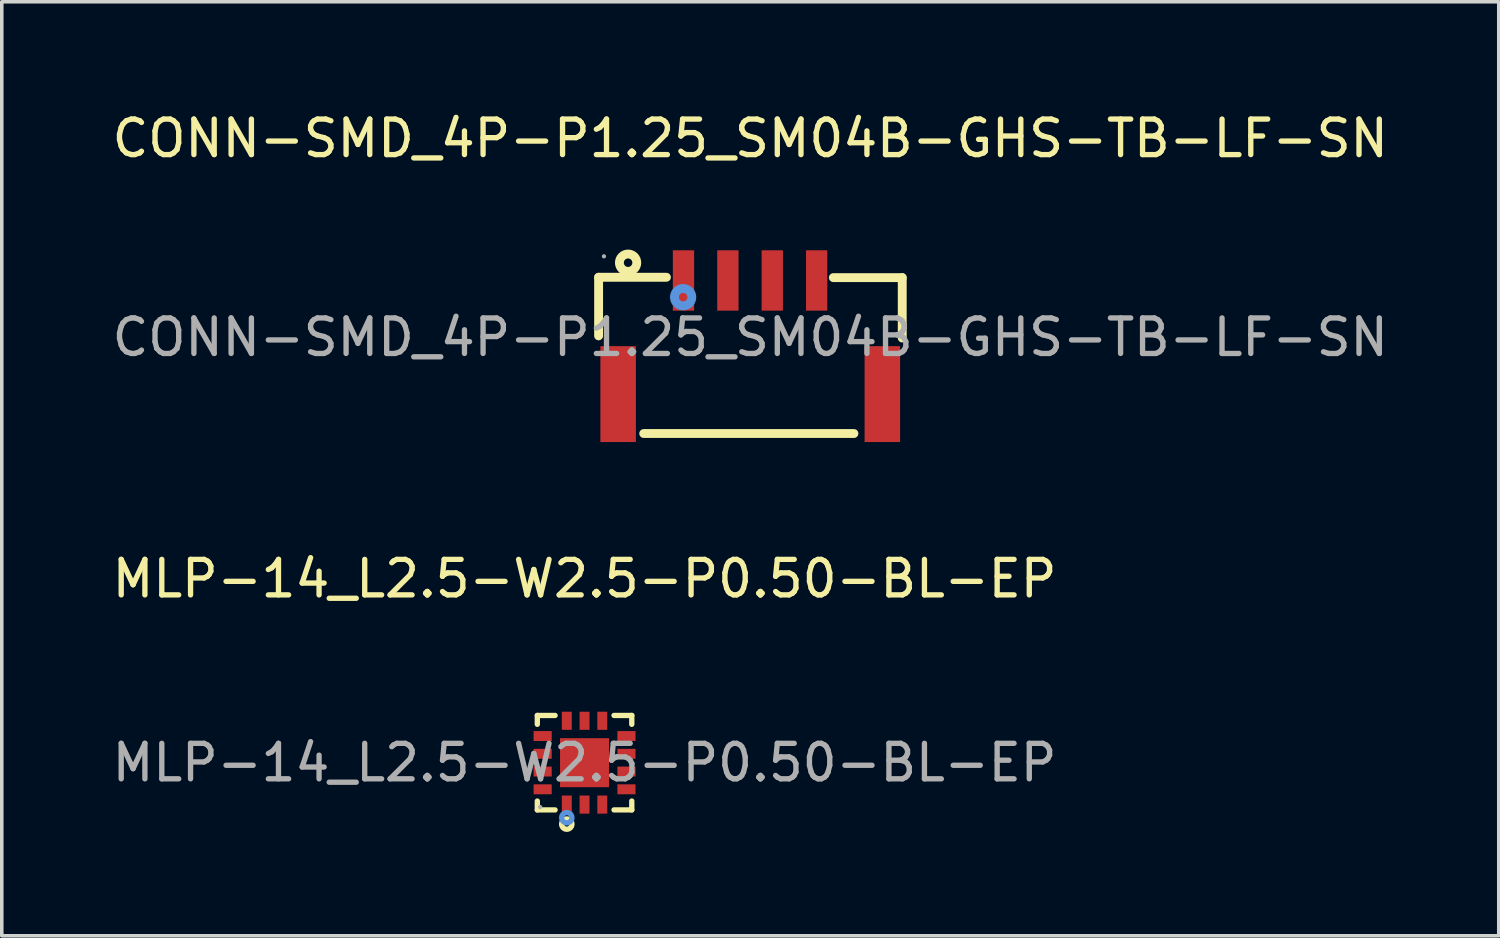
<source format=kicad_pcb>
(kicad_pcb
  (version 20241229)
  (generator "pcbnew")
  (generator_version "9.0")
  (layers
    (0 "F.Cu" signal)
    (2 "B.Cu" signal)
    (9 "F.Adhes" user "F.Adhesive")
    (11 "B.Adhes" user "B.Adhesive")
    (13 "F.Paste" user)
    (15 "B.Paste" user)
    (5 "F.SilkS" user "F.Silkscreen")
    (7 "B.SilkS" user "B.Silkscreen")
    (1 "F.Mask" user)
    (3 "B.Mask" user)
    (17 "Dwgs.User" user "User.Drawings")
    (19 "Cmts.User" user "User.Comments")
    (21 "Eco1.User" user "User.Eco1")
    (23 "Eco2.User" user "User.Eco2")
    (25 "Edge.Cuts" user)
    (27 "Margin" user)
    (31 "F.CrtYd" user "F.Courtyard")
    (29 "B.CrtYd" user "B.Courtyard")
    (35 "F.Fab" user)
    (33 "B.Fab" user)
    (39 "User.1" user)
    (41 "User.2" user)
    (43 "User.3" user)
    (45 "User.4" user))
  (footprint "MLP-14_L2.5-W2.5-P0.50-BL-EP"
    (layer "F.Cu")
    (at 13.411 18.427)
    (property "Reference" "MLP-14_L2.5-W2.5-P0.50-BL-EP" (at 0 -5.18 0) (layer "F.SilkS") (effects (font (size 1 1) (thickness 0.15))))
    (attr smd)
    (fp_line (start -1.33 -1.33) (end -0.83 -1.33) (stroke (width 0.15) (type solid)) (layer "F.SilkS"))
    (fp_line (start -1.33 -1.08) (end -1.33 -1.33) (stroke (width 0.15) (type solid)) (layer "F.SilkS"))
    (fp_line (start -1.33 1.08) (end -1.33 1.33) (stroke (width 0.15) (type solid)) (layer "F.SilkS"))
    (fp_line (start -1.33 1.33) (end -0.83 1.33) (stroke (width 0.15) (type solid)) (layer "F.SilkS"))
    (fp_line (start 1.33 -1.33) (end 0.83 -1.33) (stroke (width 0.15) (type solid)) (layer "F.SilkS"))
    (fp_line (start 1.33 -1.08) (end 1.33 -1.33) (stroke (width 0.15) (type solid)) (layer "F.SilkS"))
    (fp_line (start 1.33 1.08) (end 1.33 1.33) (stroke (width 0.15) (type solid)) (layer "F.SilkS"))
    (fp_line (start 1.33 1.33) (end 0.83 1.33) (stroke (width 0.15) (type solid)) (layer "F.SilkS"))
    (fp_circle (center -0.5 1.73) (end -0.43 1.73) (stroke (width 0.15) (type solid)) (fill no) (layer "F.SilkS"))
    (fp_circle (center -0.5 1.55) (end -0.43 1.55) (stroke (width 0.15) (type solid)) (fill no) (layer "Cmts.User"))
    (fp_circle (center -1.25 1.25) (end -1.22 1.25) (stroke (width 0.06) (type solid)) (fill no) (layer "F.Fab"))
    (fp_text user "${REFERENCE}" (at 0 0 0) (layer "F.Fab") (effects (font (size 1 1) (thickness 0.15))))
    (pad "1" smd rect (at -0.5 1.18) (size 0.28 0.51) (layers "F.Cu" "F.Mask" "F.Paste"))
    (pad "2" smd rect (at 0 1.18) (size 0.28 0.51) (layers "F.Cu" "F.Mask" "F.Paste"))
    (pad "3" smd rect (at 0.5 1.18) (size 0.28 0.51) (layers "F.Cu" "F.Mask" "F.Paste"))
    (pad "4" smd rect (at 1.18 0.75) (size 0.51 0.28) (layers "F.Cu" "F.Mask" "F.Paste"))
    (pad "5" smd rect (at 1.18 0.25) (size 0.51 0.28) (layers "F.Cu" "F.Mask" "F.Paste"))
    (pad "6" smd rect (at 1.18 -0.25) (size 0.51 0.28) (layers "F.Cu" "F.Mask" "F.Paste"))
    (pad "7" smd rect (at 1.18 -0.75) (size 0.51 0.28) (layers "F.Cu" "F.Mask" "F.Paste"))
    (pad "8" smd rect (at 0.5 -1.18) (size 0.28 0.51) (layers "F.Cu" "F.Mask" "F.Paste"))
    (pad "9" smd rect (at 0 -1.18) (size 0.28 0.51) (layers "F.Cu" "F.Mask" "F.Paste"))
    (pad "10" smd rect (at -0.5 -1.18) (size 0.28 0.51) (layers "F.Cu" "F.Mask" "F.Paste"))
    (pad "11" smd rect (at -1.18 -0.75) (size 0.51 0.28) (layers "F.Cu" "F.Mask" "F.Paste"))
    (pad "12" smd rect (at -1.18 -0.25) (size 0.51 0.28) (layers "F.Cu" "F.Mask" "F.Paste"))
    (pad "13" smd rect (at -1.18 0.25) (size 0.51 0.28) (layers "F.Cu" "F.Mask" "F.Paste"))
    (pad "14" smd rect (at -1.18 0.75) (size 0.51 0.28) (layers "F.Cu" "F.Mask" "F.Paste"))
    (pad "15" smd rect (at 0 0) (size 1.38 1.38) (layers "F.Cu" "F.Mask" "F.Paste")))
  (footprint "CONN-SMD_4P-P1.25_SM04B-GHS-TB-LF-SN"
    (layer "F.Cu")
    (at 18.077 6.448)
    (property "Reference" "CONN-SMD_4P-P1.25_SM04B-GHS-TB-LF-SN" (at 0 -5.6 0) (layer "F.SilkS") (effects (font (size 1 1) (thickness 0.15))))
    (attr smd)
    (fp_line (start -4.27 -1.69) (end -4.27 -0.04) (stroke (width 0.25) (type solid)) (layer "F.SilkS"))
    (fp_line (start -3 2.71) (end 2.92 2.71) (stroke (width 0.25) (type solid)) (layer "F.SilkS"))
    (fp_line (start -2.36 -1.69) (end -4.27 -1.69) (stroke (width 0.25) (type solid)) (layer "F.SilkS"))
    (fp_line (start 2.34 -1.68) (end 4.28 -1.68) (stroke (width 0.25) (type solid)) (layer "F.SilkS"))
    (fp_line (start 4.28 -1.68) (end 4.28 0.02) (stroke (width 0.25) (type solid)) (layer "F.SilkS"))
    (fp_circle (center -3.44 -2.1) (end -3.32 -2.1) (stroke (width 0.25) (type solid)) (fill no) (layer "F.SilkS"))
    (fp_circle (center -1.89 -1.13) (end -1.77 -1.13) (stroke (width 0.25) (type solid)) (fill no) (layer "Cmts.User"))
    (fp_circle (center -4.12 -2.28) (end -4.09 -2.28) (stroke (width 0.06) (type solid)) (fill no) (layer "F.Fab"))
    (fp_text user "${REFERENCE}" (at 0 0 0) (layer "F.Fab") (effects (font (size 1 1) (thickness 0.15))))
    (pad "1" smd rect (at -1.88 -1.6) (size 0.6 1.7) (layers "F.Cu" "F.Mask" "F.Paste"))
    (pad "2" smd rect (at -0.63 -1.6) (size 0.6 1.7) (layers "F.Cu" "F.Mask" "F.Paste"))
    (pad "3" smd rect (at 0.62 -1.6) (size 0.6 1.7) (layers "F.Cu" "F.Mask" "F.Paste"))
    (pad "4" smd rect (at 1.87 -1.6) (size 0.6 1.7) (layers "F.Cu" "F.Mask" "F.Paste"))
    (pad "5" smd rect (at 3.72 1.6) (size 1 2.7) (layers "F.Cu" "F.Mask" "F.Paste"))
    (pad "6" smd rect (at -3.72 1.6) (size 1 2.7) (layers "F.Cu" "F.Mask" "F.Paste")))
  (gr_rect
    (start -3 -3)
    (end 39.155 23.302)
    (stroke (width 0.1) (type default))
    (fill no)
    (layer "Edge.Cuts")))
</source>
